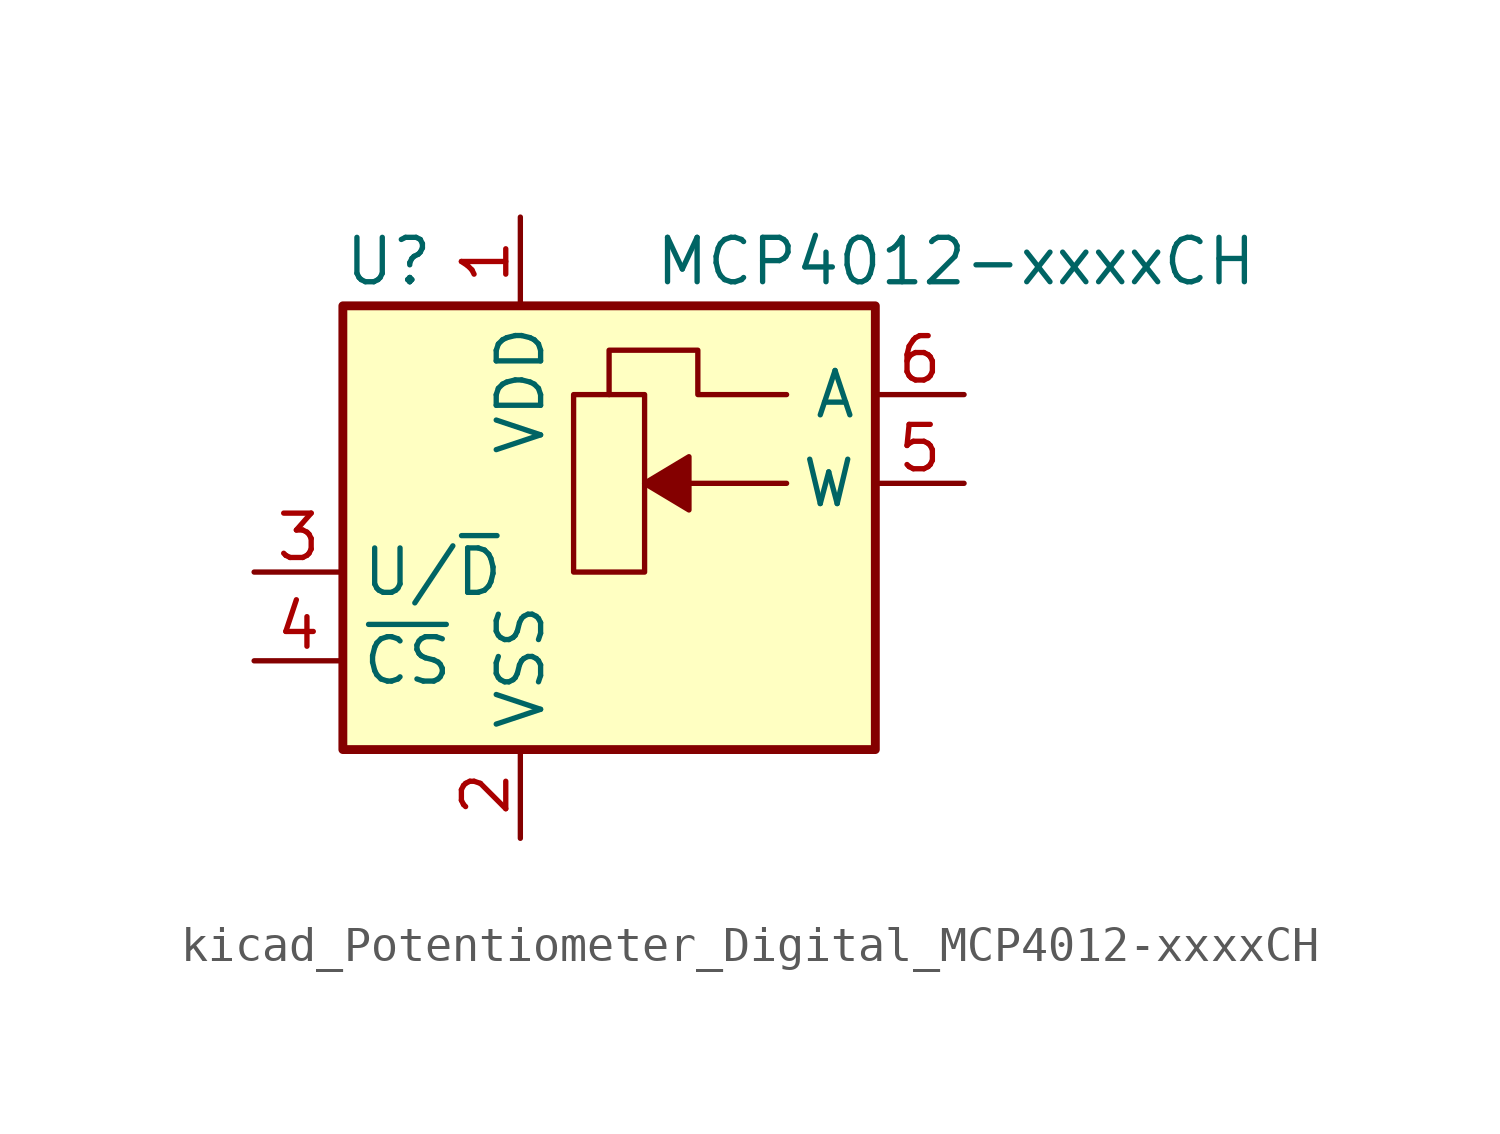
<source format=kicad_sym>
(kicad_symbol_lib
  (version 20220914)
  (generator kicad_symbol_editor)
  (symbol "kicad_Potentiometer_Digital_MCP4012-xxxxCH"
    (property "Reference" "U"
      (at -7.62 8.89 0)
      (effects (font (size 1.27 1.27)) (justify left)))
    (property "Value" "MCP4012-xxxxCH"
      (at 1.27 8.89 0)
      (effects (font (size 1.27 1.27)) (justify left)))
    (symbol "kicad_Potentiometer_Digital_MCP4012-xxxxCH_0_1"
      (polyline (pts (xy 5.08 2.54) (xy 3.81 2.54) (xy 1.27 2.54)) (stroke (width 0) (type default)) (fill (type none)))
      (polyline (pts (xy 2.286 1.778) (xy 2.286 3.302) (xy 1.016 2.54) (xy 2.286 1.778)) (stroke (width 0) (type default)) (fill (type outline)))
      (polyline (pts (xy 5.08 5.08) (xy 2.54 5.08) (xy 2.54 6.35) (xy 0 6.35) (xy 0 5.08)) (stroke (width 0) (type default)) (fill (type none)))
      (rectangle (start 1.016 0) (end -1.016 5.08) (stroke (width 0) (type default)) (fill (type none))))
    (symbol "kicad_Potentiometer_Digital_MCP4012-xxxxCH_1_1"
      (rectangle (start -7.62 7.62) (end 7.62 -5.08) (stroke (width 0.254) (type default)) (fill (type background)))
      (pin power_in line (at -2.54 10.16 270) (length 2.54) (name "VDD" (effects (font (size 1.27 1.27)))) (number "1" (effects (font (size 1.27 1.27)))))
      (pin power_in line (at -2.54 -7.62 90) (length 2.54) (name "VSS" (effects (font (size 1.27 1.27)))) (number "2" (effects (font (size 1.27 1.27)))))
      (pin input line (at -10.16 0 0) (length 2.54) (name "U/~{D}" (effects (font (size 1.27 1.27)))) (number "3" (effects (font (size 1.27 1.27)))))
      (pin input line (at -10.16 -2.54 0) (length 2.54) (name "~{CS}" (effects (font (size 1.27 1.27)))) (number "4" (effects (font (size 1.27 1.27)))))
      (pin passive line (at 10.16 2.54 180) (length 2.54) (name "W" (effects (font (size 1.27 1.27)))) (number "5" (effects (font (size 1.27 1.27)))))
      (pin passive line (at 10.16 5.08 180) (length 2.54) (name "A" (effects (font (size 1.27 1.27)))) (number "6" (effects (font (size 1.27 1.27))))))))
</source>
